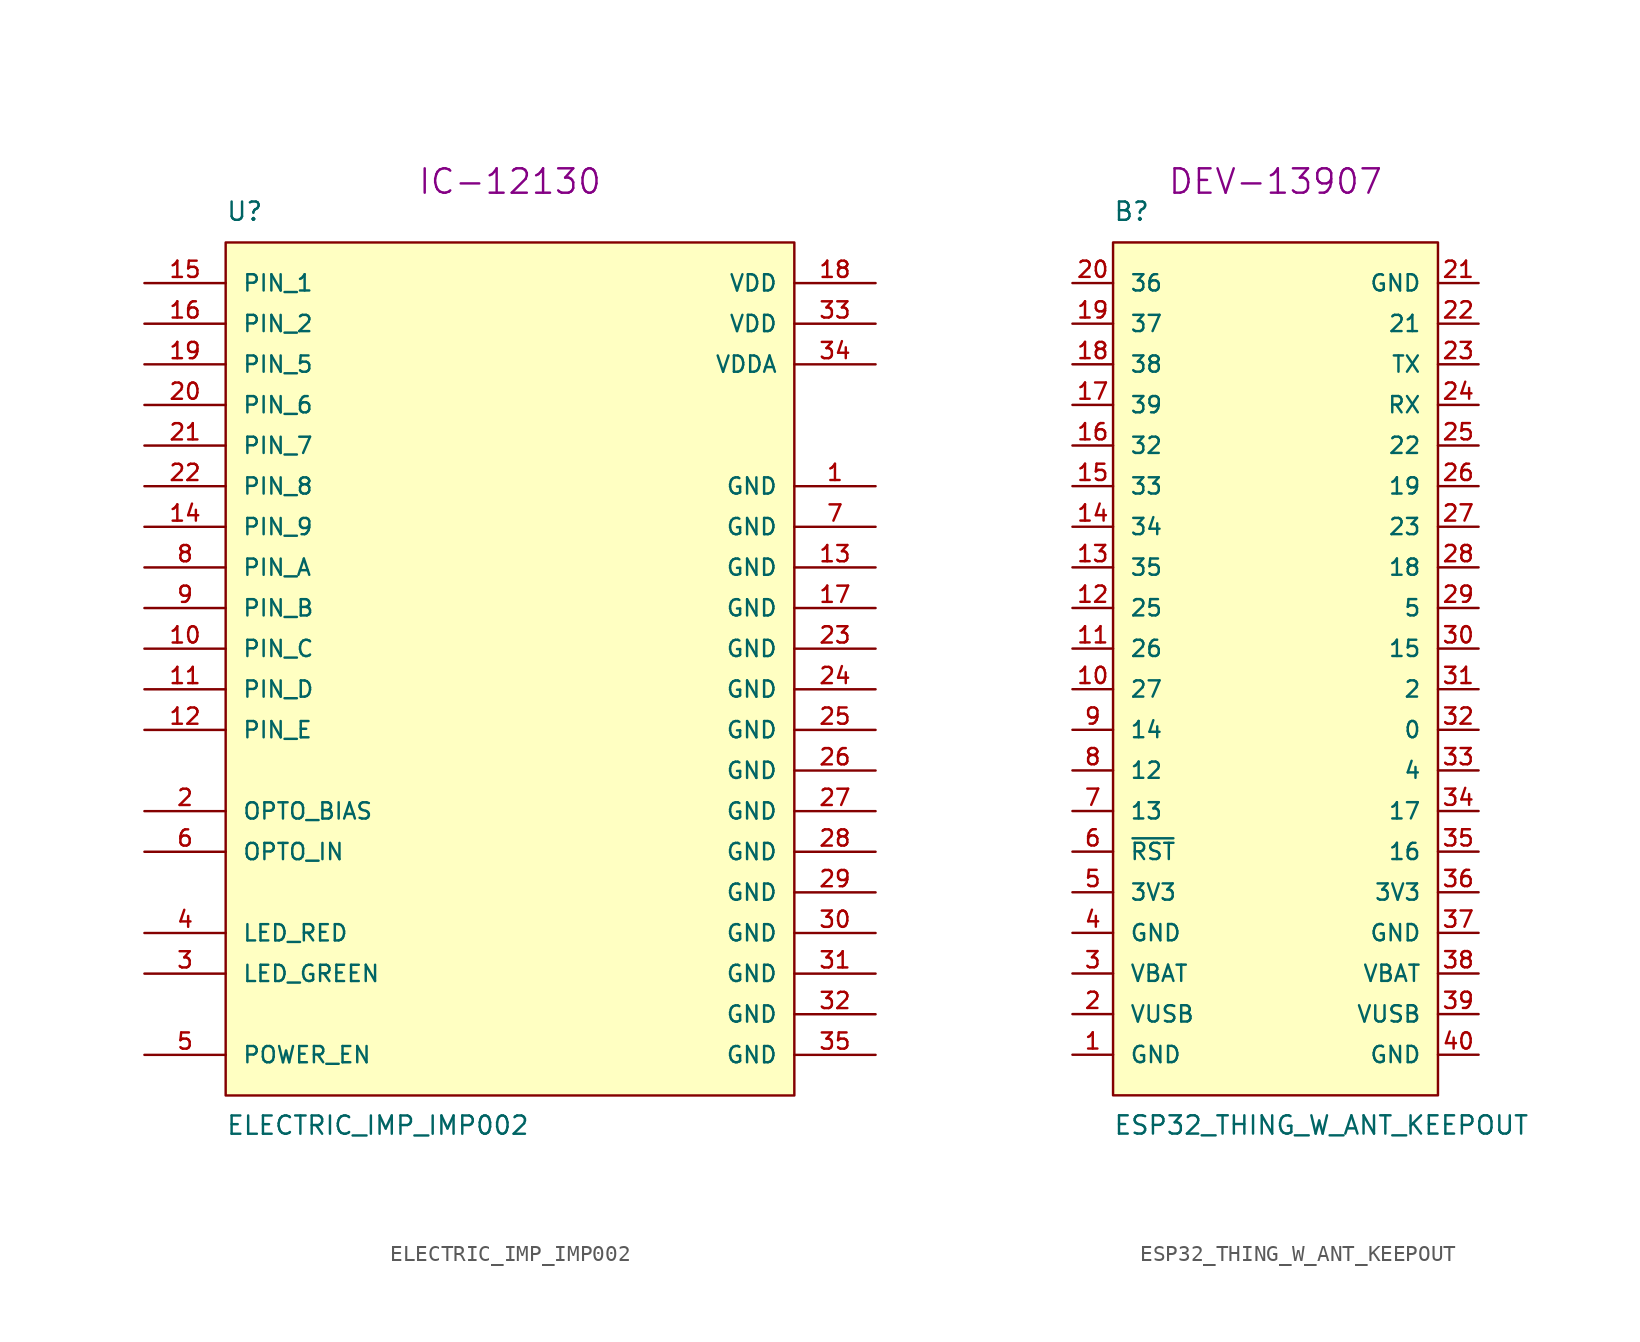
<source format=kicad_sym>
(kicad_symbol_lib
  (version 20211014)
  (generator kicad_symbol_editor)
  (symbol "ELECTRIC_IMP_IMP002"
    (pin_names
      (offset 1.016))
    (property "Reference" "U"
      (at -17.78 26.67 0)
      (effects (font (size 1.143 1.143)) (justify left bottom)))
    (property "Value" "ELECTRIC_IMP_IMP002"
      (at -17.78 -30.48 0)
      (effects (font (size 1.143 1.143)) (justify left bottom)))
    (property "Field4" "IC-12130"
      (at 0 29.21 0)
      (effects (font (size 1.524 1.524))))
    (property "ki_locked" ""
      (at 0 0 0)
      (effects (font (size 1.27 1.27))))
    (symbol "ELECTRIC_IMP_IMP002_1_1"
      (polyline (pts (xy -17.78 25.4) (xy 17.78 25.4) (xy 17.78 -27.94) (xy -17.78 -27.94) (xy -17.78 25.4)) (stroke (width 0) (type default) (color 0 0 0 0)) (fill (type background)))
      (pin bidirectional line (at 22.86 10.16 180) (length 5.08) (name "GND" (effects (font (size 1.016 1.016)))) (number "1" (effects (font (size 1.016 1.016)))))
      (pin bidirectional line (at -22.86 0 0) (length 5.08) (name "PIN_C" (effects (font (size 1.016 1.016)))) (number "10" (effects (font (size 1.016 1.016)))))
      (pin bidirectional line (at -22.86 -2.54 0) (length 5.08) (name "PIN_D" (effects (font (size 1.016 1.016)))) (number "11" (effects (font (size 1.016 1.016)))))
      (pin bidirectional line (at -22.86 -5.08 0) (length 5.08) (name "PIN_E" (effects (font (size 1.016 1.016)))) (number "12" (effects (font (size 1.016 1.016)))))
      (pin bidirectional line (at 22.86 5.08 180) (length 5.08) (name "GND" (effects (font (size 1.016 1.016)))) (number "13" (effects (font (size 1.016 1.016)))))
      (pin bidirectional line (at -22.86 7.62 0) (length 5.08) (name "PIN_9" (effects (font (size 1.016 1.016)))) (number "14" (effects (font (size 1.016 1.016)))))
      (pin bidirectional line (at -22.86 22.86 0) (length 5.08) (name "PIN_1" (effects (font (size 1.016 1.016)))) (number "15" (effects (font (size 1.016 1.016)))))
      (pin bidirectional line (at -22.86 20.32 0) (length 5.08) (name "PIN_2" (effects (font (size 1.016 1.016)))) (number "16" (effects (font (size 1.016 1.016)))))
      (pin bidirectional line (at 22.86 2.54 180) (length 5.08) (name "GND" (effects (font (size 1.016 1.016)))) (number "17" (effects (font (size 1.016 1.016)))))
      (pin bidirectional line (at 22.86 22.86 180) (length 5.08) (name "VDD" (effects (font (size 1.016 1.016)))) (number "18" (effects (font (size 1.016 1.016)))))
      (pin bidirectional line (at -22.86 17.78 0) (length 5.08) (name "PIN_5" (effects (font (size 1.016 1.016)))) (number "19" (effects (font (size 1.016 1.016)))))
      (pin bidirectional line (at -22.86 -10.16 0) (length 5.08) (name "OPTO_BIAS" (effects (font (size 1.016 1.016)))) (number "2" (effects (font (size 1.016 1.016)))))
      (pin bidirectional line (at -22.86 15.24 0) (length 5.08) (name "PIN_6" (effects (font (size 1.016 1.016)))) (number "20" (effects (font (size 1.016 1.016)))))
      (pin bidirectional line (at -22.86 12.7 0) (length 5.08) (name "PIN_7" (effects (font (size 1.016 1.016)))) (number "21" (effects (font (size 1.016 1.016)))))
      (pin bidirectional line (at -22.86 10.16 0) (length 5.08) (name "PIN_8" (effects (font (size 1.016 1.016)))) (number "22" (effects (font (size 1.016 1.016)))))
      (pin bidirectional line (at 22.86 0 180) (length 5.08) (name "GND" (effects (font (size 1.016 1.016)))) (number "23" (effects (font (size 1.016 1.016)))))
      (pin bidirectional line (at 22.86 -2.54 180) (length 5.08) (name "GND" (effects (font (size 1.016 1.016)))) (number "24" (effects (font (size 1.016 1.016)))))
      (pin bidirectional line (at 22.86 -5.08 180) (length 5.08) (name "GND" (effects (font (size 1.016 1.016)))) (number "25" (effects (font (size 1.016 1.016)))))
      (pin bidirectional line (at 22.86 -7.62 180) (length 5.08) (name "GND" (effects (font (size 1.016 1.016)))) (number "26" (effects (font (size 1.016 1.016)))))
      (pin bidirectional line (at 22.86 -10.16 180) (length 5.08) (name "GND" (effects (font (size 1.016 1.016)))) (number "27" (effects (font (size 1.016 1.016)))))
      (pin bidirectional line (at 22.86 -12.7 180) (length 5.08) (name "GND" (effects (font (size 1.016 1.016)))) (number "28" (effects (font (size 1.016 1.016)))))
      (pin bidirectional line (at 22.86 -15.24 180) (length 5.08) (name "GND" (effects (font (size 1.016 1.016)))) (number "29" (effects (font (size 1.016 1.016)))))
      (pin bidirectional line (at -22.86 -20.32 0) (length 5.08) (name "LED_GREEN" (effects (font (size 1.016 1.016)))) (number "3" (effects (font (size 1.016 1.016)))))
      (pin bidirectional line (at 22.86 -17.78 180) (length 5.08) (name "GND" (effects (font (size 1.016 1.016)))) (number "30" (effects (font (size 1.016 1.016)))))
      (pin bidirectional line (at 22.86 -20.32 180) (length 5.08) (name "GND" (effects (font (size 1.016 1.016)))) (number "31" (effects (font (size 1.016 1.016)))))
      (pin bidirectional line (at 22.86 -22.86 180) (length 5.08) (name "GND" (effects (font (size 1.016 1.016)))) (number "32" (effects (font (size 1.016 1.016)))))
      (pin bidirectional line (at 22.86 20.32 180) (length 5.08) (name "VDD" (effects (font (size 1.016 1.016)))) (number "33" (effects (font (size 1.016 1.016)))))
      (pin bidirectional line (at 22.86 17.78 180) (length 5.08) (name "VDDA" (effects (font (size 1.016 1.016)))) (number "34" (effects (font (size 1.016 1.016)))))
      (pin bidirectional line (at 22.86 -25.4 180) (length 5.08) (name "GND" (effects (font (size 1.016 1.016)))) (number "35" (effects (font (size 1.016 1.016)))))
      (pin bidirectional line (at -22.86 -17.78 0) (length 5.08) (name "LED_RED" (effects (font (size 1.016 1.016)))) (number "4" (effects (font (size 1.016 1.016)))))
      (pin bidirectional line (at -22.86 -25.4 0) (length 5.08) (name "POWER_EN" (effects (font (size 1.016 1.016)))) (number "5" (effects (font (size 1.016 1.016)))))
      (pin bidirectional line (at -22.86 -12.7 0) (length 5.08) (name "OPTO_IN" (effects (font (size 1.016 1.016)))) (number "6" (effects (font (size 1.016 1.016)))))
      (pin bidirectional line (at 22.86 7.62 180) (length 5.08) (name "GND" (effects (font (size 1.016 1.016)))) (number "7" (effects (font (size 1.016 1.016)))))
      (pin bidirectional line (at -22.86 5.08 0) (length 5.08) (name "PIN_A" (effects (font (size 1.016 1.016)))) (number "8" (effects (font (size 1.016 1.016)))))
      (pin bidirectional line (at -22.86 2.54 0) (length 5.08) (name "PIN_B" (effects (font (size 1.016 1.016)))) (number "9" (effects (font (size 1.016 1.016)))))))
  (symbol "ESP32_THING_W_ANT_KEEPOUT"
    (pin_names
      (offset 1.016))
    (property "Reference" "B"
      (at -10.16 29.21 0)
      (effects (font (size 1.143 1.143)) (justify left bottom)))
    (property "Value" "ESP32_THING_W_ANT_KEEPOUT"
      (at -10.16 -27.94 0)
      (effects (font (size 1.143 1.143)) (justify left bottom)))
    (property "Field4" "DEV-13907"
      (at 0 31.75 0)
      (effects (font (size 1.524 1.524))))
    (property "ki_locked" ""
      (at 0 0 0)
      (effects (font (size 1.27 1.27))))
    (symbol "ESP32_THING_W_ANT_KEEPOUT_1_1"
      (polyline (pts (xy -10.16 -25.4) (xy -10.16 27.94) (xy 10.16 27.94) (xy 10.16 -25.4) (xy -10.16 -25.4)) (stroke (width 0) (type default) (color 0 0 0 0)) (fill (type background)))
      (pin bidirectional line (at -12.7 -22.86 0) (length 2.54) (name "GND" (effects (font (size 1.016 1.016)))) (number "1" (effects (font (size 1.016 1.016)))))
      (pin bidirectional line (at -12.7 0 0) (length 2.54) (name "27" (effects (font (size 1.016 1.016)))) (number "10" (effects (font (size 1.016 1.016)))))
      (pin bidirectional line (at -12.7 2.54 0) (length 2.54) (name "26" (effects (font (size 1.016 1.016)))) (number "11" (effects (font (size 1.016 1.016)))))
      (pin bidirectional line (at -12.7 5.08 0) (length 2.54) (name "25" (effects (font (size 1.016 1.016)))) (number "12" (effects (font (size 1.016 1.016)))))
      (pin bidirectional line (at -12.7 7.62 0) (length 2.54) (name "35" (effects (font (size 1.016 1.016)))) (number "13" (effects (font (size 1.016 1.016)))))
      (pin bidirectional line (at -12.7 10.16 0) (length 2.54) (name "34" (effects (font (size 1.016 1.016)))) (number "14" (effects (font (size 1.016 1.016)))))
      (pin bidirectional line (at -12.7 12.7 0) (length 2.54) (name "33" (effects (font (size 1.016 1.016)))) (number "15" (effects (font (size 1.016 1.016)))))
      (pin bidirectional line (at -12.7 15.24 0) (length 2.54) (name "32" (effects (font (size 1.016 1.016)))) (number "16" (effects (font (size 1.016 1.016)))))
      (pin bidirectional line (at -12.7 17.78 0) (length 2.54) (name "39" (effects (font (size 1.016 1.016)))) (number "17" (effects (font (size 1.016 1.016)))))
      (pin bidirectional line (at -12.7 20.32 0) (length 2.54) (name "38" (effects (font (size 1.016 1.016)))) (number "18" (effects (font (size 1.016 1.016)))))
      (pin bidirectional line (at -12.7 22.86 0) (length 2.54) (name "37" (effects (font (size 1.016 1.016)))) (number "19" (effects (font (size 1.016 1.016)))))
      (pin bidirectional line (at -12.7 -20.32 0) (length 2.54) (name "VUSB" (effects (font (size 1.016 1.016)))) (number "2" (effects (font (size 1.016 1.016)))))
      (pin bidirectional line (at -12.7 25.4 0) (length 2.54) (name "36" (effects (font (size 1.016 1.016)))) (number "20" (effects (font (size 1.016 1.016)))))
      (pin bidirectional line (at 12.7 25.4 180) (length 2.54) (name "GND" (effects (font (size 1.016 1.016)))) (number "21" (effects (font (size 1.016 1.016)))))
      (pin bidirectional line (at 12.7 22.86 180) (length 2.54) (name "21" (effects (font (size 1.016 1.016)))) (number "22" (effects (font (size 1.016 1.016)))))
      (pin bidirectional line (at 12.7 20.32 180) (length 2.54) (name "TX" (effects (font (size 1.016 1.016)))) (number "23" (effects (font (size 1.016 1.016)))))
      (pin bidirectional line (at 12.7 17.78 180) (length 2.54) (name "RX" (effects (font (size 1.016 1.016)))) (number "24" (effects (font (size 1.016 1.016)))))
      (pin bidirectional line (at 12.7 15.24 180) (length 2.54) (name "22" (effects (font (size 1.016 1.016)))) (number "25" (effects (font (size 1.016 1.016)))))
      (pin bidirectional line (at 12.7 12.7 180) (length 2.54) (name "19" (effects (font (size 1.016 1.016)))) (number "26" (effects (font (size 1.016 1.016)))))
      (pin bidirectional line (at 12.7 10.16 180) (length 2.54) (name "23" (effects (font (size 1.016 1.016)))) (number "27" (effects (font (size 1.016 1.016)))))
      (pin bidirectional line (at 12.7 7.62 180) (length 2.54) (name "18" (effects (font (size 1.016 1.016)))) (number "28" (effects (font (size 1.016 1.016)))))
      (pin bidirectional line (at 12.7 5.08 180) (length 2.54) (name "5" (effects (font (size 1.016 1.016)))) (number "29" (effects (font (size 1.016 1.016)))))
      (pin bidirectional line (at -12.7 -17.78 0) (length 2.54) (name "VBAT" (effects (font (size 1.016 1.016)))) (number "3" (effects (font (size 1.016 1.016)))))
      (pin bidirectional line (at 12.7 2.54 180) (length 2.54) (name "15" (effects (font (size 1.016 1.016)))) (number "30" (effects (font (size 1.016 1.016)))))
      (pin bidirectional line (at 12.7 0 180) (length 2.54) (name "2" (effects (font (size 1.016 1.016)))) (number "31" (effects (font (size 1.016 1.016)))))
      (pin bidirectional line (at 12.7 -2.54 180) (length 2.54) (name "0" (effects (font (size 1.016 1.016)))) (number "32" (effects (font (size 1.016 1.016)))))
      (pin bidirectional line (at 12.7 -5.08 180) (length 2.54) (name "4" (effects (font (size 1.016 1.016)))) (number "33" (effects (font (size 1.016 1.016)))))
      (pin bidirectional line (at 12.7 -7.62 180) (length 2.54) (name "17" (effects (font (size 1.016 1.016)))) (number "34" (effects (font (size 1.016 1.016)))))
      (pin bidirectional line (at 12.7 -10.16 180) (length 2.54) (name "16" (effects (font (size 1.016 1.016)))) (number "35" (effects (font (size 1.016 1.016)))))
      (pin bidirectional line (at 12.7 -12.7 180) (length 2.54) (name "3V3" (effects (font (size 1.016 1.016)))) (number "36" (effects (font (size 1.016 1.016)))))
      (pin bidirectional line (at 12.7 -15.24 180) (length 2.54) (name "GND" (effects (font (size 1.016 1.016)))) (number "37" (effects (font (size 1.016 1.016)))))
      (pin bidirectional line (at 12.7 -17.78 180) (length 2.54) (name "VBAT" (effects (font (size 1.016 1.016)))) (number "38" (effects (font (size 1.016 1.016)))))
      (pin bidirectional line (at 12.7 -20.32 180) (length 2.54) (name "VUSB" (effects (font (size 1.016 1.016)))) (number "39" (effects (font (size 1.016 1.016)))))
      (pin bidirectional line (at -12.7 -15.24 0) (length 2.54) (name "GND" (effects (font (size 1.016 1.016)))) (number "4" (effects (font (size 1.016 1.016)))))
      (pin bidirectional line (at 12.7 -22.86 180) (length 2.54) (name "GND" (effects (font (size 1.016 1.016)))) (number "40" (effects (font (size 1.016 1.016)))))
      (pin bidirectional line (at -12.7 -12.7 0) (length 2.54) (name "3V3" (effects (font (size 1.016 1.016)))) (number "5" (effects (font (size 1.016 1.016)))))
      (pin bidirectional line (at -12.7 -10.16 0) (length 2.54) (name "~{RST}" (effects (font (size 1.016 1.016)))) (number "6" (effects (font (size 1.016 1.016)))))
      (pin bidirectional line (at -12.7 -7.62 0) (length 2.54) (name "13" (effects (font (size 1.016 1.016)))) (number "7" (effects (font (size 1.016 1.016)))))
      (pin bidirectional line (at -12.7 -5.08 0) (length 2.54) (name "12" (effects (font (size 1.016 1.016)))) (number "8" (effects (font (size 1.016 1.016)))))
      (pin bidirectional line (at -12.7 -2.54 0) (length 2.54) (name "14" (effects (font (size 1.016 1.016)))) (number "9" (effects (font (size 1.016 1.016))))))))
</source>
